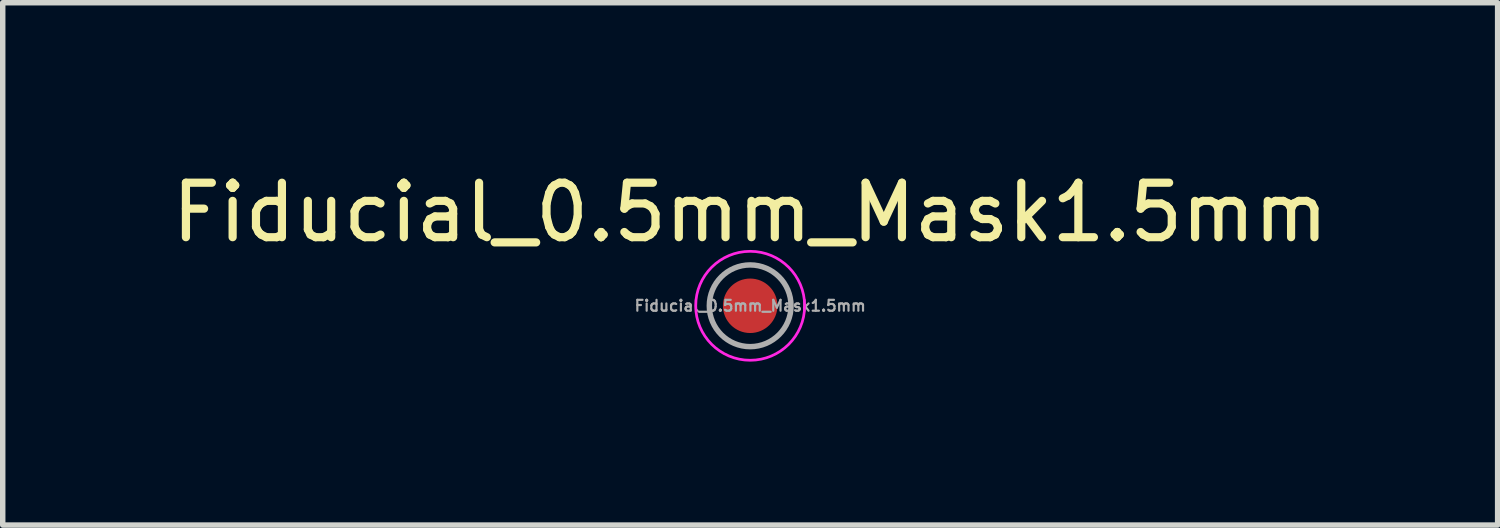
<source format=kicad_pcb>
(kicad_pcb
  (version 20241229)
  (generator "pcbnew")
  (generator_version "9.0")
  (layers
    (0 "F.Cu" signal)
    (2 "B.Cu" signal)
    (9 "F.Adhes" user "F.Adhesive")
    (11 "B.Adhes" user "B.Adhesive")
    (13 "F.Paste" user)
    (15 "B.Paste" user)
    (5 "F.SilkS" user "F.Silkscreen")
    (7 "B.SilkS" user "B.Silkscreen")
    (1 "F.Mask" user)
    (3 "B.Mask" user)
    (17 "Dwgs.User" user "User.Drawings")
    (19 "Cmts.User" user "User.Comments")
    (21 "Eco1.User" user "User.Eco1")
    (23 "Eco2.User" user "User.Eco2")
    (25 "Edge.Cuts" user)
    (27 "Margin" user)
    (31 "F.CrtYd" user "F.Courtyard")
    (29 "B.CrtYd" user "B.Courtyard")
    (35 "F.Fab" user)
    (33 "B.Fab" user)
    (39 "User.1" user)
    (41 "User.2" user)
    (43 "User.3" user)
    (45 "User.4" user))
  (footprint "Fiducial_0.5mm_Mask1.5mm"
    (layer "F.Cu")
    (at 10.72 2.563)
    (property "Reference" "Fiducial_0.5mm_Mask1.5mm" (at 0 -1.714 0) (layer "F.SilkS") (effects (font (size 1 1) (thickness 0.15))))
    (attr smd)
    (fp_circle (center 0 0) (end 1 0) (stroke (width 0.05) (type solid)) (fill no) (layer "F.CrtYd"))
    (fp_circle (center 0 0) (end 0.75 0) (stroke (width 0.1) (type solid)) (fill no) (layer "F.Fab"))
    (fp_text user "${REFERENCE}" (at 0 0 0) (layer "F.Fab") (effects (font (size 0.2 0.2) (thickness 0.04))))
    (pad "" smd circle (at 0 0) (size 1 1) (layers "F.Cu" "F.Mask")))
  (gr_rect
    (start -3 -3)
    (end 24.44 6.588)
    (stroke (width 0.1) (type default))
    (fill no)
    (layer "Edge.Cuts")))
</source>
